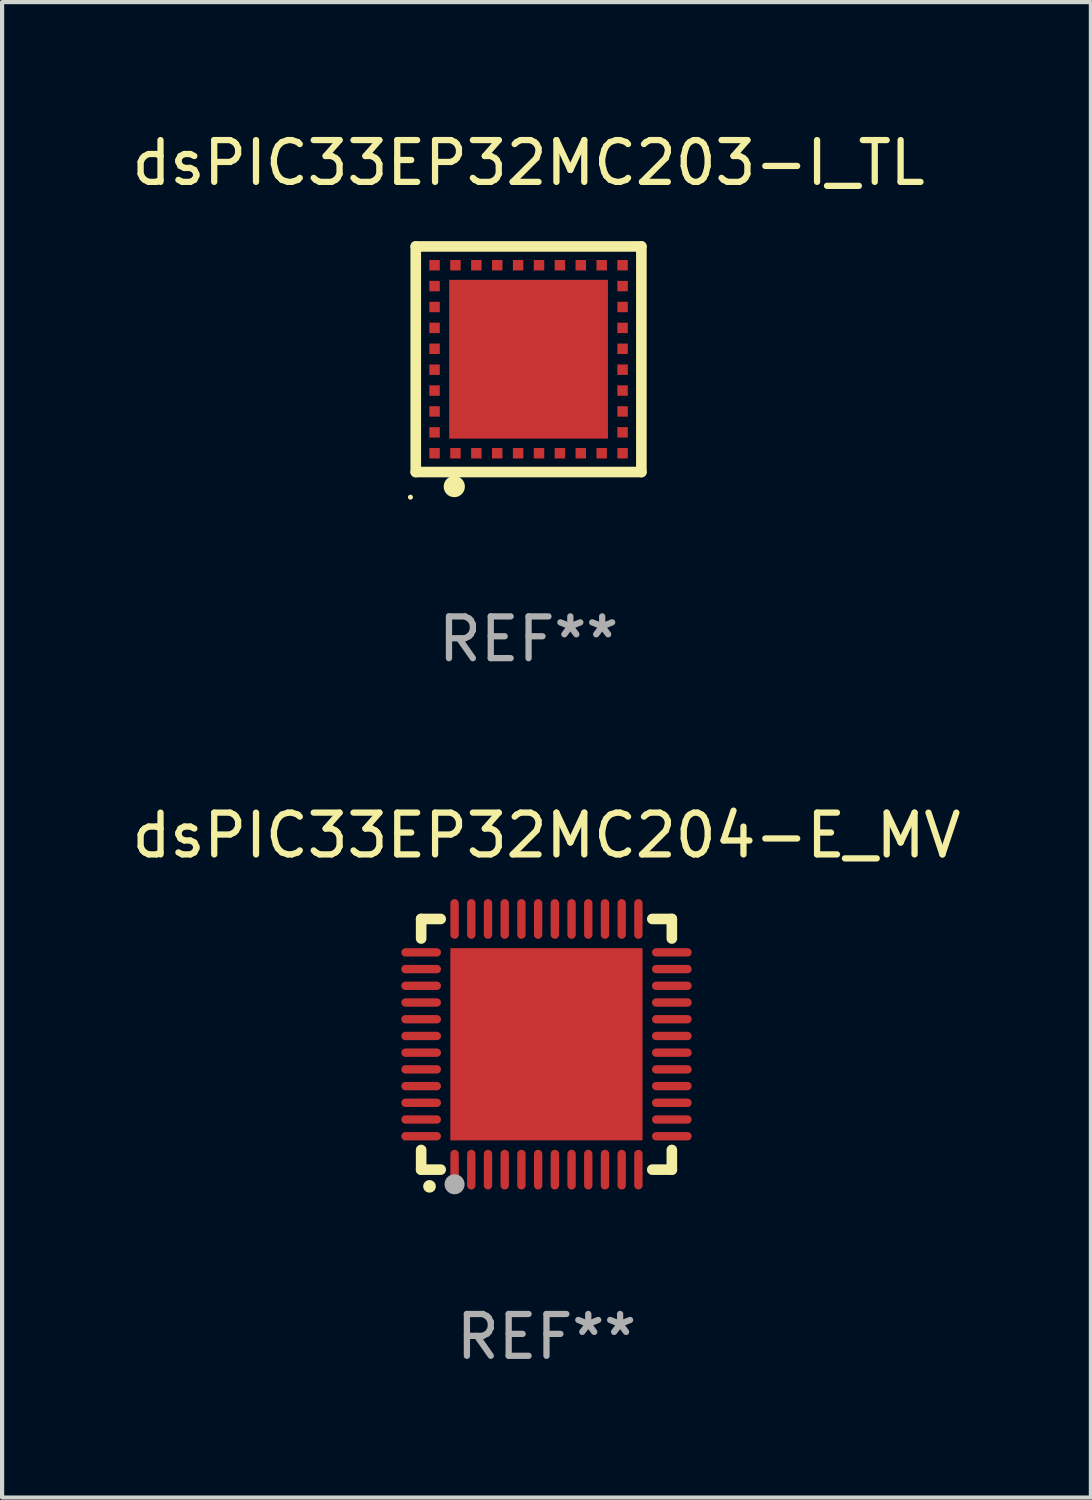
<source format=kicad_pcb>
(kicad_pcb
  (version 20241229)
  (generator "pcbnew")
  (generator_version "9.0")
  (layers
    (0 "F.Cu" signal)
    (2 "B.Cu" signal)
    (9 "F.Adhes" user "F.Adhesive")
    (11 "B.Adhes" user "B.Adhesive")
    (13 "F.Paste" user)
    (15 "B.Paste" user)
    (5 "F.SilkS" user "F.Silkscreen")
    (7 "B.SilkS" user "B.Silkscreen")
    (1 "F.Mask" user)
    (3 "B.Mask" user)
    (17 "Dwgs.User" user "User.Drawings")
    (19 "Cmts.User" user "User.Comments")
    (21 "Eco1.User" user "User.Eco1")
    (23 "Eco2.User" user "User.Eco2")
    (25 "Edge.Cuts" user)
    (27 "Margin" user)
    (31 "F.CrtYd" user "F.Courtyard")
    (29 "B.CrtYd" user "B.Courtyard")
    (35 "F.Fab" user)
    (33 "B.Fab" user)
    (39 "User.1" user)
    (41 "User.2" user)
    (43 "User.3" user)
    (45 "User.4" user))
  (footprint "dsPIC33EP32MC204-E_MV"
    (layer "F.Cu")
    (at 10.03 21.945)
    (property "Reference" "dsPIC33EP32MC204-E_MV" (at 0 -5 0) (layer "F.SilkS") (effects (font (size 1 1) (thickness 0.15))))
    (attr through_hole)
    (fp_line (start -3 -3) (end -2.532 -3) (stroke (width 0.254) (type solid)) (layer "F.SilkS"))
    (fp_line (start -3 -2.532) (end -3 -3) (stroke (width 0.254) (type solid)) (layer "F.SilkS"))
    (fp_line (start -3 3) (end -3 2.529) (stroke (width 0.254) (type solid)) (layer "F.SilkS"))
    (fp_line (start -2.532 3) (end -3 3) (stroke (width 0.254) (type solid)) (layer "F.SilkS"))
    (fp_line (start 2.532 -3) (end 3 -3) (stroke (width 0.254) (type solid)) (layer "F.SilkS"))
    (fp_line (start 3 -3) (end 3 -2.532) (stroke (width 0.254) (type solid)) (layer "F.SilkS"))
    (fp_line (start 3 2.529) (end 3 3) (stroke (width 0.254) (type solid)) (layer "F.SilkS"))
    (fp_line (start 3 3) (end 2.532 3) (stroke (width 0.254) (type solid)) (layer "F.SilkS"))
    (fp_arc (start -2.801295 3.400025) (mid -2.800025 3.40002) (end -2.798755 3.400025) (stroke (width 0.3) (type solid)) (layer "F.SilkS"))
    (fp_circle (center -3 3) (end -2.97 3) (stroke (width 0.06) (type solid)) (fill no) (layer "F.SilkS"))
    (fp_circle (center -2.2 3.35) (end -2.08 3.35) (stroke (width 0.24) (type solid)) (fill no) (layer "F.Fab"))
    (fp_text user "REF**" (at 0 7 0) (layer "F.Fab") (effects (font (size 1 1) (thickness 0.15))))
    (pad "1" smd oval (at -2.2 3) (size 0.2 0.95) (layers "F.Cu" "F.Mask" "F.Paste"))
    (pad "2" smd oval (at -1.8 3) (size 0.2 0.95) (layers "F.Cu" "F.Mask" "F.Paste"))
    (pad "3" smd oval (at -1.4 3) (size 0.2 0.95) (layers "F.Cu" "F.Mask" "F.Paste"))
    (pad "4" smd oval (at -1 3) (size 0.2 0.95) (layers "F.Cu" "F.Mask" "F.Paste"))
    (pad "5" smd oval (at -0.6 3) (size 0.2 0.95) (layers "F.Cu" "F.Mask" "F.Paste"))
    (pad "6" smd oval (at -0.2 3) (size 0.2 0.95) (layers "F.Cu" "F.Mask" "F.Paste"))
    (pad "7" smd oval (at 0.2 3) (size 0.2 0.95) (layers "F.Cu" "F.Mask" "F.Paste"))
    (pad "8" smd oval (at 0.6 3) (size 0.2 0.95) (layers "F.Cu" "F.Mask" "F.Paste"))
    (pad "9" smd oval (at 1 3) (size 0.2 0.95) (layers "F.Cu" "F.Mask" "F.Paste"))
    (pad "10" smd oval (at 1.4 3) (size 0.2 0.95) (layers "F.Cu" "F.Mask" "F.Paste"))
    (pad "11" smd oval (at 1.8 3) (size 0.2 0.95) (layers "F.Cu" "F.Mask" "F.Paste"))
    (pad "12" smd oval (at 2.2 3) (size 0.2 0.95) (layers "F.Cu" "F.Mask" "F.Paste"))
    (pad "13" smd oval (at 3 2.2 90) (size 0.2 0.95) (layers "F.Cu" "F.Mask" "F.Paste"))
    (pad "14" smd oval (at 3 1.8 90) (size 0.2 0.95) (layers "F.Cu" "F.Mask" "F.Paste"))
    (pad "15" smd oval (at 3 1.4 90) (size 0.2 0.95) (layers "F.Cu" "F.Mask" "F.Paste"))
    (pad "16" smd oval (at 3 1 90) (size 0.2 0.95) (layers "F.Cu" "F.Mask" "F.Paste"))
    (pad "17" smd oval (at 3 0.6 90) (size 0.2 0.95) (layers "F.Cu" "F.Mask" "F.Paste"))
    (pad "18" smd oval (at 3 0.2 90) (size 0.2 0.95) (layers "F.Cu" "F.Mask" "F.Paste"))
    (pad "19" smd oval (at 3 -0.2 90) (size 0.2 0.95) (layers "F.Cu" "F.Mask" "F.Paste"))
    (pad "20" smd oval (at 3 -0.6 90) (size 0.2 0.95) (layers "F.Cu" "F.Mask" "F.Paste"))
    (pad "21" smd oval (at 3 -1 90) (size 0.2 0.95) (layers "F.Cu" "F.Mask" "F.Paste"))
    (pad "22" smd oval (at 3 -1.4 90) (size 0.2 0.95) (layers "F.Cu" "F.Mask" "F.Paste"))
    (pad "23" smd oval (at 3 -1.8 90) (size 0.2 0.95) (layers "F.Cu" "F.Mask" "F.Paste"))
    (pad "24" smd oval (at 3 -2.2 90) (size 0.2 0.95) (layers "F.Cu" "F.Mask" "F.Paste"))
    (pad "25" smd oval (at 2.2 -3 180) (size 0.2 0.95) (layers "F.Cu" "F.Mask" "F.Paste"))
    (pad "26" smd oval (at 1.8 -3 180) (size 0.2 0.95) (layers "F.Cu" "F.Mask" "F.Paste"))
    (pad "27" smd oval (at 1.4 -3 180) (size 0.2 0.95) (layers "F.Cu" "F.Mask" "F.Paste"))
    (pad "28" smd oval (at 1 -3 180) (size 0.2 0.95) (layers "F.Cu" "F.Mask" "F.Paste"))
    (pad "29" smd oval (at 0.6 -3 180) (size 0.2 0.95) (layers "F.Cu" "F.Mask" "F.Paste"))
    (pad "30" smd oval (at 0.2 -3 180) (size 0.2 0.95) (layers "F.Cu" "F.Mask" "F.Paste"))
    (pad "31" smd oval (at -0.2 -3 180) (size 0.2 0.95) (layers "F.Cu" "F.Mask" "F.Paste"))
    (pad "32" smd oval (at -0.6 -3 180) (size 0.2 0.95) (layers "F.Cu" "F.Mask" "F.Paste"))
    (pad "33" smd oval (at -1 -3 180) (size 0.2 0.95) (layers "F.Cu" "F.Mask" "F.Paste"))
    (pad "34" smd oval (at -1.4 -3 180) (size 0.2 0.95) (layers "F.Cu" "F.Mask" "F.Paste"))
    (pad "35" smd oval (at -1.8 -3 180) (size 0.2 0.95) (layers "F.Cu" "F.Mask" "F.Paste"))
    (pad "36" smd oval (at -2.2 -3 180) (size 0.2 0.95) (layers "F.Cu" "F.Mask" "F.Paste"))
    (pad "37" smd oval (at -3 -2.2 270) (size 0.2 0.95) (layers "F.Cu" "F.Mask" "F.Paste"))
    (pad "38" smd oval (at -3 -1.8 270) (size 0.2 0.95) (layers "F.Cu" "F.Mask" "F.Paste"))
    (pad "39" smd oval (at -3 -1.4 270) (size 0.2 0.95) (layers "F.Cu" "F.Mask" "F.Paste"))
    (pad "40" smd oval (at -3 -1 270) (size 0.2 0.95) (layers "F.Cu" "F.Mask" "F.Paste"))
    (pad "41" smd oval (at -3 -0.6 270) (size 0.2 0.95) (layers "F.Cu" "F.Mask" "F.Paste"))
    (pad "42" smd oval (at -3 -0.2 270) (size 0.2 0.95) (layers "F.Cu" "F.Mask" "F.Paste"))
    (pad "43" smd oval (at -3 0.2 270) (size 0.2 0.95) (layers "F.Cu" "F.Mask" "F.Paste"))
    (pad "44" smd oval (at -3 0.6 270) (size 0.2 0.95) (layers "F.Cu" "F.Mask" "F.Paste"))
    (pad "45" smd oval (at -3 1 270) (size 0.2 0.95) (layers "F.Cu" "F.Mask" "F.Paste"))
    (pad "46" smd oval (at -3 1.4 270) (size 0.2 0.95) (layers "F.Cu" "F.Mask" "F.Paste"))
    (pad "47" smd oval (at -3 1.8 270) (size 0.2 0.95) (layers "F.Cu" "F.Mask" "F.Paste"))
    (pad "48" smd oval (at -3 2.2 270) (size 0.2 0.95) (layers "F.Cu" "F.Mask" "F.Paste"))
    (pad "49" smd rect (at -0.001 -0.001 180) (size 4.6 4.6) (layers "F.Cu" "F.Mask" "F.Paste")))
  (footprint "dsPIC33EP32MC203-I_TL"
    (layer "F.Cu")
    (at 9.601 5.548)
    (property "Reference" "dsPIC33EP32MC203-I_TL" (at 0 -4.7 0) (layer "F.SilkS") (effects (font (size 1 1) (thickness 0.15))))
    (attr through_hole)
    (fp_line (start -2.7 -2.7) (end 2.7 -2.7) (stroke (width 0.254) (type solid)) (layer "F.SilkS"))
    (fp_line (start -2.7 2.7) (end -2.7 -2.7) (stroke (width 0.254) (type solid)) (layer "F.SilkS"))
    (fp_line (start 2.7 -2.7) (end 2.7 2.7) (stroke (width 0.254) (type solid)) (layer "F.SilkS"))
    (fp_line (start 2.7 2.7) (end -2.7 2.7) (stroke (width 0.254) (type solid)) (layer "F.SilkS"))
    (fp_circle (center -2.827 3.302) (end -2.797 3.302) (stroke (width 0.06) (type solid)) (fill no) (layer "F.SilkS"))
    (fp_circle (center -1.778 3.048) (end -1.651 3.048) (stroke (width 0.254) (type solid)) (fill no) (layer "F.SilkS"))
    (fp_text user "REF**" (at 0 6.7 0) (layer "F.Fab") (effects (font (size 1 1) (thickness 0.15))))
    (pad "1" smd rect (at -1.75 2.25) (size 0.25 0.25) (layers "F.Cu" "F.Mask" "F.Paste"))
    (pad "2" smd rect (at -1.25 2.25) (size 0.25 0.25) (layers "F.Cu" "F.Mask" "F.Paste"))
    (pad "3" smd rect (at -0.75 2.25) (size 0.25 0.25) (layers "F.Cu" "F.Mask" "F.Paste"))
    (pad "4" smd rect (at -0.25 2.25) (size 0.25 0.25) (layers "F.Cu" "F.Mask" "F.Paste"))
    (pad "5" smd rect (at 0.25 2.25) (size 0.25 0.25) (layers "F.Cu" "F.Mask" "F.Paste"))
    (pad "6" smd rect (at 0.75 2.25) (size 0.25 0.25) (layers "F.Cu" "F.Mask" "F.Paste"))
    (pad "7" smd rect (at 1.25 2.25) (size 0.25 0.25) (layers "F.Cu" "F.Mask" "F.Paste"))
    (pad "8" smd rect (at 1.75 2.25) (size 0.25 0.25) (layers "F.Cu" "F.Mask" "F.Paste"))
    (pad "9" smd rect (at 2.25 2.25) (size 0.25 0.25) (layers "F.Cu" "F.Mask" "F.Paste"))
    (pad "10" smd rect (at 2.25 1.75) (size 0.25 0.25) (layers "F.Cu" "F.Mask" "F.Paste"))
    (pad "11" smd rect (at 2.25 1.25) (size 0.25 0.25) (layers "F.Cu" "F.Mask" "F.Paste"))
    (pad "12" smd rect (at 2.25 0.75) (size 0.25 0.25) (layers "F.Cu" "F.Mask" "F.Paste"))
    (pad "13" smd rect (at 2.25 0.25) (size 0.25 0.25) (layers "F.Cu" "F.Mask" "F.Paste"))
    (pad "14" smd rect (at 2.25 -0.25) (size 0.25 0.25) (layers "F.Cu" "F.Mask" "F.Paste"))
    (pad "15" smd rect (at 2.25 -0.75) (size 0.25 0.25) (layers "F.Cu" "F.Mask" "F.Paste"))
    (pad "16" smd rect (at 2.25 -1.25) (size 0.25 0.25) (layers "F.Cu" "F.Mask" "F.Paste"))
    (pad "17" smd rect (at 2.25 -1.75) (size 0.25 0.25) (layers "F.Cu" "F.Mask" "F.Paste"))
    (pad "18" smd rect (at 2.25 -2.25) (size 0.25 0.25) (layers "F.Cu" "F.Mask" "F.Paste"))
    (pad "19" smd rect (at 1.75 -2.25) (size 0.25 0.25) (layers "F.Cu" "F.Mask" "F.Paste"))
    (pad "20" smd rect (at 1.25 -2.25) (size 0.25 0.25) (layers "F.Cu" "F.Mask" "F.Paste"))
    (pad "21" smd rect (at 0.75 -2.25) (size 0.25 0.25) (layers "F.Cu" "F.Mask" "F.Paste"))
    (pad "22" smd rect (at 0.25 -2.25) (size 0.25 0.25) (layers "F.Cu" "F.Mask" "F.Paste"))
    (pad "23" smd rect (at -0.25 -2.25) (size 0.25 0.25) (layers "F.Cu" "F.Mask" "F.Paste"))
    (pad "24" smd rect (at -0.75 -2.25) (size 0.25 0.25) (layers "F.Cu" "F.Mask" "F.Paste"))
    (pad "25" smd rect (at -1.25 -2.25) (size 0.25 0.25) (layers "F.Cu" "F.Mask" "F.Paste"))
    (pad "26" smd rect (at -1.75 -2.25) (size 0.25 0.25) (layers "F.Cu" "F.Mask" "F.Paste"))
    (pad "27" smd rect (at -2.25 -2.25) (size 0.25 0.25) (layers "F.Cu" "F.Mask" "F.Paste"))
    (pad "28" smd rect (at -2.25 -1.75) (size 0.25 0.25) (layers "F.Cu" "F.Mask" "F.Paste"))
    (pad "29" smd rect (at -2.25 -1.25) (size 0.25 0.25) (layers "F.Cu" "F.Mask" "F.Paste"))
    (pad "30" smd rect (at -2.25 -0.75) (size 0.25 0.25) (layers "F.Cu" "F.Mask" "F.Paste"))
    (pad "31" smd rect (at -2.25 -0.25) (size 0.25 0.25) (layers "F.Cu" "F.Mask" "F.Paste"))
    (pad "32" smd rect (at -2.25 0.25) (size 0.25 0.25) (layers "F.Cu" "F.Mask" "F.Paste"))
    (pad "33" smd rect (at -2.25 0.75) (size 0.25 0.25) (layers "F.Cu" "F.Mask" "F.Paste"))
    (pad "34" smd rect (at -2.25 1.25) (size 0.25 0.25) (layers "F.Cu" "F.Mask" "F.Paste"))
    (pad "35" smd rect (at -2.25 1.75) (size 0.25 0.25) (layers "F.Cu" "F.Mask" "F.Paste"))
    (pad "36" smd rect (at -2.25 2.25) (size 0.25 0.25) (layers "F.Cu" "F.Mask" "F.Paste"))
    (pad "37" smd rect (at 0.000127 -0.000076) (size 3.8 3.8) (layers "F.Cu" "F.Mask" "F.Paste")))
  (gr_rect
    (start -3 -3)
    (end 23.06 32.793)
    (stroke (width 0.1) (type default))
    (fill no)
    (layer "Edge.Cuts")))
</source>
